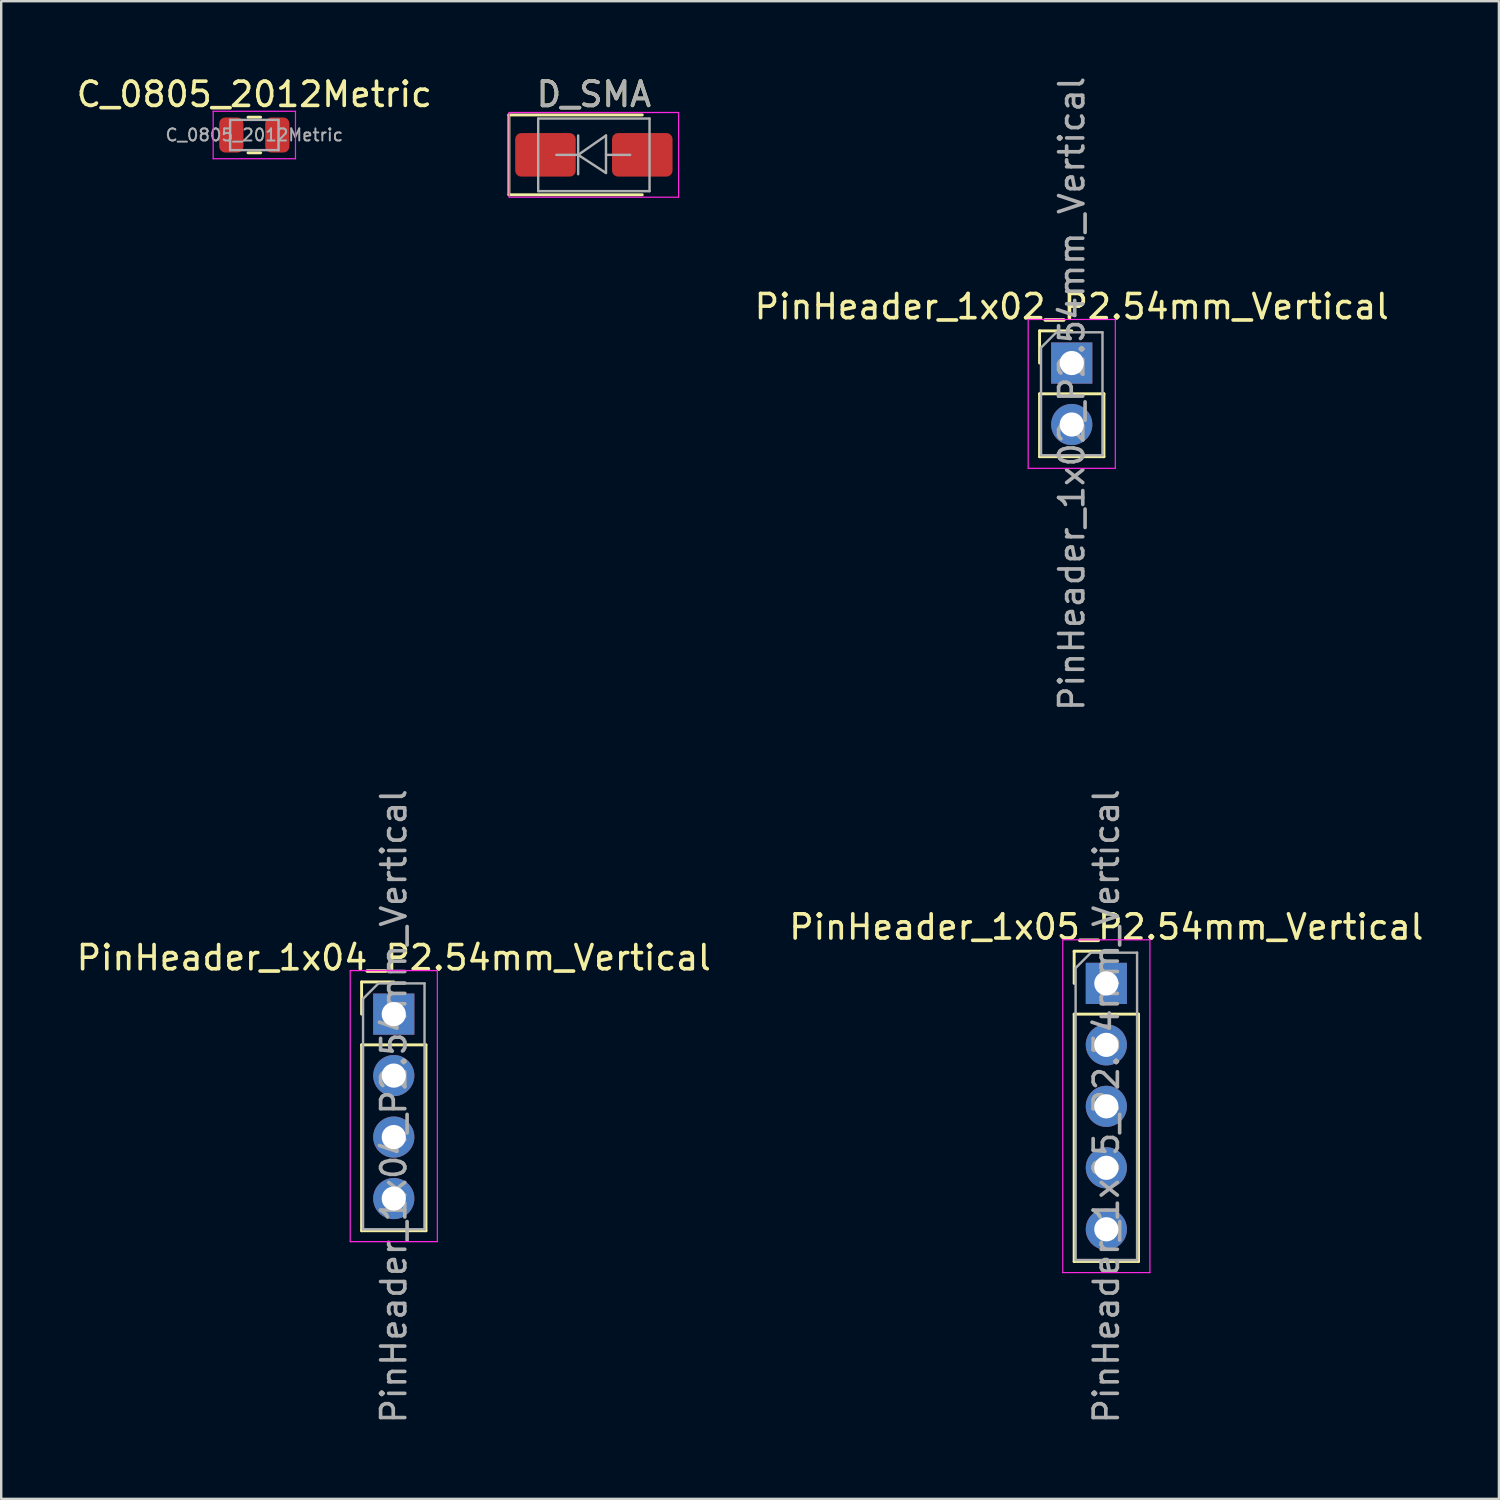
<source format=kicad_pcb>
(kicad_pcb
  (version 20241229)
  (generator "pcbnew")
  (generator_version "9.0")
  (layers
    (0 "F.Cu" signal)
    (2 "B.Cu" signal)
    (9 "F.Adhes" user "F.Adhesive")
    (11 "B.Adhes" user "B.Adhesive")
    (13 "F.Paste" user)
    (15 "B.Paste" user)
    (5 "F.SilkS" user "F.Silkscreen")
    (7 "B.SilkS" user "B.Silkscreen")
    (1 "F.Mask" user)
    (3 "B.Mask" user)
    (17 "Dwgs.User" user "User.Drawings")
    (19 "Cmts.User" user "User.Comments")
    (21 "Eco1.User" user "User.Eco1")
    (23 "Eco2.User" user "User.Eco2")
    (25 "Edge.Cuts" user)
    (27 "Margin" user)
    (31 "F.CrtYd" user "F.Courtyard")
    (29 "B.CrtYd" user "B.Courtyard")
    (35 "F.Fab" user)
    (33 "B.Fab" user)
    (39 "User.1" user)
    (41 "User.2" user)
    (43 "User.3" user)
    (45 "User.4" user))
  (footprint "PinHeader_1x04_P2.54mm_Vertical"
    (layer "F.Cu")
    (at 13.22 38.851)
    (property "Reference" "PinHeader_1x04_P2.54mm_Vertical" (at 0 -2.33 0) (layer "F.SilkS") (effects (font (size 1 1) (thickness 0.15))))
    (attr through_hole dnp)
    (fp_line (start -1.33 -1.33) (end 0 -1.33) (stroke (width 0.12) (type solid)) (layer "F.SilkS"))
    (fp_line (start -1.33 0) (end -1.33 -1.33) (stroke (width 0.12) (type solid)) (layer "F.SilkS"))
    (fp_line (start -1.33 1.27) (end -1.33 8.95) (stroke (width 0.12) (type solid)) (layer "F.SilkS"))
    (fp_line (start -1.33 1.27) (end 1.33 1.27) (stroke (width 0.12) (type solid)) (layer "F.SilkS"))
    (fp_line (start -1.33 8.95) (end 1.33 8.95) (stroke (width 0.12) (type solid)) (layer "F.SilkS"))
    (fp_line (start 1.33 1.27) (end 1.33 8.95) (stroke (width 0.12) (type solid)) (layer "F.SilkS"))
    (fp_line (start -1.8 -1.8) (end -1.8 9.4) (stroke (width 0.05) (type solid)) (layer "F.CrtYd"))
    (fp_line (start -1.8 9.4) (end 1.8 9.4) (stroke (width 0.05) (type solid)) (layer "F.CrtYd"))
    (fp_line (start 1.8 -1.8) (end -1.8 -1.8) (stroke (width 0.05) (type solid)) (layer "F.CrtYd"))
    (fp_line (start 1.8 9.4) (end 1.8 -1.8) (stroke (width 0.05) (type solid)) (layer "F.CrtYd"))
    (fp_line (start -1.27 -0.635) (end -0.635 -1.27) (stroke (width 0.1) (type solid)) (layer "F.Fab"))
    (fp_line (start -1.27 8.89) (end -1.27 -0.635) (stroke (width 0.1) (type solid)) (layer "F.Fab"))
    (fp_line (start -0.635 -1.27) (end 1.27 -1.27) (stroke (width 0.1) (type solid)) (layer "F.Fab"))
    (fp_line (start 1.27 -1.27) (end 1.27 8.89) (stroke (width 0.1) (type solid)) (layer "F.Fab"))
    (fp_line (start 1.27 8.89) (end -1.27 8.89) (stroke (width 0.1) (type solid)) (layer "F.Fab"))
    (fp_text user "${REFERENCE}" (at 0 3.81 90) (layer "F.Fab") (effects (font (size 1 1) (thickness 0.15))))
    (pad "1" thru_hole rect (at 0 0) (size 1.7 1.7) (drill 1) (layers "*.Cu" "*.Mask"))
    (pad "2" thru_hole oval (at 0 2.54) (size 1.7 1.7) (drill 1) (layers "*.Cu" "*.Mask"))
    (pad "3" thru_hole oval (at 0 5.08) (size 1.7 1.7) (drill 1) (layers "*.Cu" "*.Mask"))
    (pad "4" thru_hole oval (at 0 7.62) (size 1.7 1.7) (drill 1) (layers "*.Cu" "*.Mask")))
  (footprint "PinHeader_1x05_P2.54mm_Vertical"
    (layer "F.Cu")
    (at 42.661 37.581)
    (property "Reference" "PinHeader_1x05_P2.54mm_Vertical" (at 0 -2.33 0) (layer "F.SilkS") (effects (font (size 1 1) (thickness 0.15))))
    (attr through_hole dnp)
    (fp_line (start -1.33 -1.33) (end 0 -1.33) (stroke (width 0.12) (type solid)) (layer "F.SilkS"))
    (fp_line (start -1.33 0) (end -1.33 -1.33) (stroke (width 0.12) (type solid)) (layer "F.SilkS"))
    (fp_line (start -1.33 1.27) (end -1.33 11.49) (stroke (width 0.12) (type solid)) (layer "F.SilkS"))
    (fp_line (start -1.33 1.27) (end 1.33 1.27) (stroke (width 0.12) (type solid)) (layer "F.SilkS"))
    (fp_line (start -1.33 11.49) (end 1.33 11.49) (stroke (width 0.12) (type solid)) (layer "F.SilkS"))
    (fp_line (start 1.33 1.27) (end 1.33 11.49) (stroke (width 0.12) (type solid)) (layer "F.SilkS"))
    (fp_line (start -1.8 -1.8) (end -1.8 11.95) (stroke (width 0.05) (type solid)) (layer "F.CrtYd"))
    (fp_line (start -1.8 11.95) (end 1.8 11.95) (stroke (width 0.05) (type solid)) (layer "F.CrtYd"))
    (fp_line (start 1.8 -1.8) (end -1.8 -1.8) (stroke (width 0.05) (type solid)) (layer "F.CrtYd"))
    (fp_line (start 1.8 11.95) (end 1.8 -1.8) (stroke (width 0.05) (type solid)) (layer "F.CrtYd"))
    (fp_line (start -1.27 -0.635) (end -0.635 -1.27) (stroke (width 0.1) (type solid)) (layer "F.Fab"))
    (fp_line (start -1.27 11.43) (end -1.27 -0.635) (stroke (width 0.1) (type solid)) (layer "F.Fab"))
    (fp_line (start -0.635 -1.27) (end 1.27 -1.27) (stroke (width 0.1) (type solid)) (layer "F.Fab"))
    (fp_line (start 1.27 -1.27) (end 1.27 11.43) (stroke (width 0.1) (type solid)) (layer "F.Fab"))
    (fp_line (start 1.27 11.43) (end -1.27 11.43) (stroke (width 0.1) (type solid)) (layer "F.Fab"))
    (fp_text user "${REFERENCE}" (at 0 5.08 90) (layer "F.Fab") (effects (font (size 1 1) (thickness 0.15))))
    (pad "1" thru_hole rect (at 0 0) (size 1.7 1.7) (drill 1) (layers "*.Cu" "*.Mask"))
    (pad "2" thru_hole oval (at 0 2.54) (size 1.7 1.7) (drill 1) (layers "*.Cu" "*.Mask"))
    (pad "3" thru_hole oval (at 0 5.08) (size 1.7 1.7) (drill 1) (layers "*.Cu" "*.Mask"))
    (pad "4" thru_hole oval (at 0 7.62) (size 1.7 1.7) (drill 1) (layers "*.Cu" "*.Mask"))
    (pad "5" thru_hole oval (at 0 10.16) (size 1.7 1.7) (drill 1) (layers "*.Cu" "*.Mask")))
  (footprint "C_0805_2012Metric"
    (layer "F.Cu")
    (at 7.458 2.528)
    (property "Reference" "C_0805_2012Metric" (at 0 -1.68 0) (layer "F.SilkS") (effects (font (size 1 1) (thickness 0.15))))
    (attr smd)
    (fp_line (start -0.261 -0.735) (end 0.261 -0.735) (stroke (width 0.12) (type solid)) (layer "F.SilkS"))
    (fp_line (start -0.261 0.735) (end 0.261 0.735) (stroke (width 0.12) (type solid)) (layer "F.SilkS"))
    (fp_line (start -1.7 -0.98) (end 1.7 -0.98) (stroke (width 0.05) (type solid)) (layer "F.CrtYd"))
    (fp_line (start -1.7 0.98) (end -1.7 -0.98) (stroke (width 0.05) (type solid)) (layer "F.CrtYd"))
    (fp_line (start 1.7 -0.98) (end 1.7 0.98) (stroke (width 0.05) (type solid)) (layer "F.CrtYd"))
    (fp_line (start 1.7 0.98) (end -1.7 0.98) (stroke (width 0.05) (type solid)) (layer "F.CrtYd"))
    (fp_line (start -1 -0.625) (end 1 -0.625) (stroke (width 0.1) (type solid)) (layer "F.Fab"))
    (fp_line (start -1 0.625) (end -1 -0.625) (stroke (width 0.1) (type solid)) (layer "F.Fab"))
    (fp_line (start 1 -0.625) (end 1 0.625) (stroke (width 0.1) (type solid)) (layer "F.Fab"))
    (fp_line (start 1 0.625) (end -1 0.625) (stroke (width 0.1) (type solid)) (layer "F.Fab"))
    (fp_text user "${REFERENCE}" (at 0 0 0) (layer "F.Fab") (effects (font (size 0.5 0.5) (thickness 0.08))))
    (pad "1" smd roundrect (at -0.95 0) (size 1 1.45) (layers "F.Cu" "F.Mask" "F.Paste") (roundrect_rratio 0.25))
    (pad "2" smd roundrect (at 0.95 0) (size 1 1.45) (layers "F.Cu" "F.Mask" "F.Paste") (roundrect_rratio 0.25)))
  (footprint "PinHeader_1x02_P2.54mm_Vertical"
    (layer "F.Cu")
    (at 41.232 11.95)
    (property "Reference" "PinHeader_1x02_P2.54mm_Vertical" (at 0 -2.33 0) (layer "F.SilkS") (effects (font (size 1 1) (thickness 0.15))))
    (attr through_hole exclude_from_bom dnp)
    (fp_line (start -1.33 -1.33) (end 0 -1.33) (stroke (width 0.12) (type solid)) (layer "F.SilkS"))
    (fp_line (start -1.33 0) (end -1.33 -1.33) (stroke (width 0.12) (type solid)) (layer "F.SilkS"))
    (fp_line (start -1.33 1.27) (end -1.33 3.87) (stroke (width 0.12) (type solid)) (layer "F.SilkS"))
    (fp_line (start -1.33 1.27) (end 1.33 1.27) (stroke (width 0.12) (type solid)) (layer "F.SilkS"))
    (fp_line (start -1.33 3.87) (end 1.33 3.87) (stroke (width 0.12) (type solid)) (layer "F.SilkS"))
    (fp_line (start 1.33 1.27) (end 1.33 3.87) (stroke (width 0.12) (type solid)) (layer "F.SilkS"))
    (fp_line (start -1.8 -1.8) (end -1.8 4.35) (stroke (width 0.05) (type solid)) (layer "F.CrtYd"))
    (fp_line (start -1.8 4.35) (end 1.8 4.35) (stroke (width 0.05) (type solid)) (layer "F.CrtYd"))
    (fp_line (start 1.8 -1.8) (end -1.8 -1.8) (stroke (width 0.05) (type solid)) (layer "F.CrtYd"))
    (fp_line (start 1.8 4.35) (end 1.8 -1.8) (stroke (width 0.05) (type solid)) (layer "F.CrtYd"))
    (fp_line (start -1.27 -0.635) (end -0.635 -1.27) (stroke (width 0.1) (type solid)) (layer "F.Fab"))
    (fp_line (start -1.27 3.81) (end -1.27 -0.635) (stroke (width 0.1) (type solid)) (layer "F.Fab"))
    (fp_line (start -0.635 -1.27) (end 1.27 -1.27) (stroke (width 0.1) (type solid)) (layer "F.Fab"))
    (fp_line (start 1.27 -1.27) (end 1.27 3.81) (stroke (width 0.1) (type solid)) (layer "F.Fab"))
    (fp_line (start 1.27 3.81) (end -1.27 3.81) (stroke (width 0.1) (type solid)) (layer "F.Fab"))
    (fp_text user "${REFERENCE}" (at 0 1.27 90) (layer "F.Fab") (effects (font (size 1 1) (thickness 0.15))))
    (pad "1" thru_hole rect (at 0 0) (size 1.7 1.7) (drill 1) (layers "*.Cu" "*.Mask"))
    (pad "2" thru_hole oval (at 0 2.54) (size 1.7 1.7) (drill 1) (layers "*.Cu" "*.Mask")))
  (footprint "D_SMA"
    (layer "F.Cu")
    (at 21.487 3.348)
    (property "Reference" "D_SMA" (at 0 -2.5 0) (layer "F.SilkS") (effects (font (size 1 1) (thickness 0.15))))
    (attr smd)
    (fp_line (start -3.51 -1.65) (end -3.51 1.65) (stroke (width 0.12) (type solid)) (layer "F.SilkS"))
    (fp_line (start -3.51 -1.65) (end 2 -1.65) (stroke (width 0.12) (type solid)) (layer "F.SilkS"))
    (fp_line (start -3.51 1.65) (end 2 1.65) (stroke (width 0.12) (type solid)) (layer "F.SilkS"))
    (fp_line (start -3.5 -1.75) (end 3.5 -1.75) (stroke (width 0.05) (type solid)) (layer "F.CrtYd"))
    (fp_line (start -3.5 1.75) (end -3.5 -1.75) (stroke (width 0.05) (type solid)) (layer "F.CrtYd"))
    (fp_line (start 3.5 -1.75) (end 3.5 1.75) (stroke (width 0.05) (type solid)) (layer "F.CrtYd"))
    (fp_line (start 3.5 1.75) (end -3.5 1.75) (stroke (width 0.05) (type solid)) (layer "F.CrtYd"))
    (fp_line (start -2.3 1.5) (end -2.3 -1.5) (stroke (width 0.1) (type solid)) (layer "F.Fab"))
    (fp_line (start -0.649 -0.799) (end -0.649 0.801) (stroke (width 0.1) (type solid)) (layer "F.Fab"))
    (fp_line (start -0.649 0.001) (end -1.551 0.001) (stroke (width 0.1) (type solid)) (layer "F.Fab"))
    (fp_line (start -0.649 0.001) (end 0.501 -0.799) (stroke (width 0.1) (type solid)) (layer "F.Fab"))
    (fp_line (start -0.649 0.001) (end 0.501 0.75) (stroke (width 0.1) (type solid)) (layer "F.Fab"))
    (fp_line (start 0.501 0.001) (end 1.499 0.001) (stroke (width 0.1) (type solid)) (layer "F.Fab"))
    (fp_line (start 0.501 0.75) (end 0.501 -0.799) (stroke (width 0.1) (type solid)) (layer "F.Fab"))
    (fp_line (start 2.3 -1.5) (end -2.3 -1.5) (stroke (width 0.1) (type solid)) (layer "F.Fab"))
    (fp_line (start 2.3 -1.5) (end 2.3 1.5) (stroke (width 0.1) (type solid)) (layer "F.Fab"))
    (fp_line (start 2.3 1.5) (end -2.3 1.5) (stroke (width 0.1) (type solid)) (layer "F.Fab"))
    (fp_text user "${REFERENCE}" (at 0 -2.5 0) (layer "F.Fab") (effects (font (size 1 1) (thickness 0.15))))
    (pad "1" smd roundrect (at -2 0) (size 2.5 1.8) (layers "F.Cu" "F.Mask" "F.Paste") (roundrect_rratio 0.139))
    (pad "2" smd roundrect (at 2 0) (size 2.5 1.8) (layers "F.Cu" "F.Mask" "F.Paste") (roundrect_rratio 0.139)))
  (gr_rect
    (start -3 -3)
    (end 58.881 58.881)
    (stroke (width 0.1) (type default))
    (fill no)
    (layer "Edge.Cuts")))
</source>
